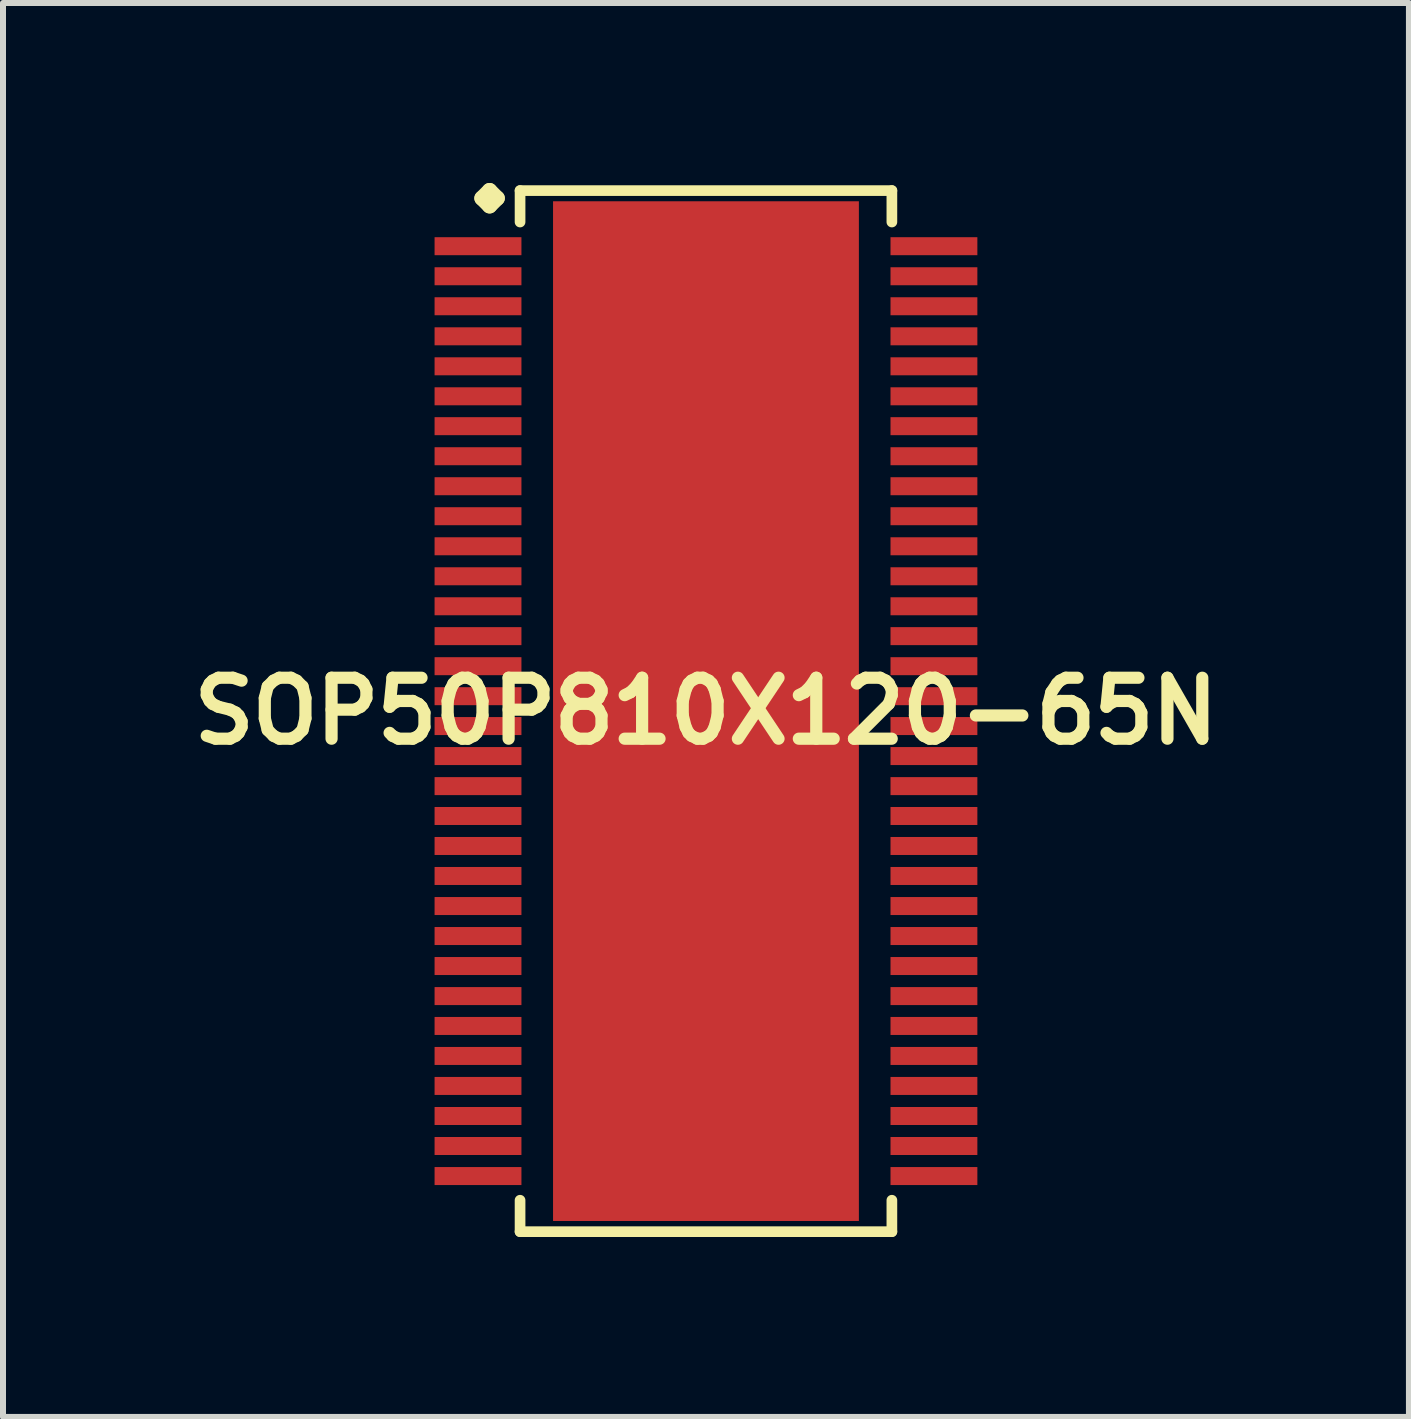
<source format=kicad_pcb>
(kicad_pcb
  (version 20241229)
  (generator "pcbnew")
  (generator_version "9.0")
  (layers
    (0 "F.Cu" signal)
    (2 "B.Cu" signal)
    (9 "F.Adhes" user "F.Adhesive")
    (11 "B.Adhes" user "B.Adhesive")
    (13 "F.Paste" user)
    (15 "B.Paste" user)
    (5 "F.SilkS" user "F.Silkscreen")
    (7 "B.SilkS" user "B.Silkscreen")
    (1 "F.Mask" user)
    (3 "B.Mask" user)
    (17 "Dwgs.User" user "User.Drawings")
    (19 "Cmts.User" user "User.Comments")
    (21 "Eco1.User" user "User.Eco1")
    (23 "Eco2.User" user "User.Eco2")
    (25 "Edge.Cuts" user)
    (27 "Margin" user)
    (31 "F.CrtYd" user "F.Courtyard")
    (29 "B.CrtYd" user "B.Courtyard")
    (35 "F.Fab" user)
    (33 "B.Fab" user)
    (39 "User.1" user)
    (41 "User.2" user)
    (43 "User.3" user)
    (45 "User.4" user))
  (footprint "SOP50P810X120-65N"
    (layer "F.Cu")
    (at 8.718 8.804)
    (property "Reference" "SOP50P810X120-65N" (at 0 0 0) (layer "F.SilkS") (effects (font (size 1.016 1.016) (thickness 0.203))))
    (attr smd)
    (fp_line (start -3.734 -8.55) (end -3.607 -8.677) (stroke (width 0.254) (type solid)) (layer "F.SilkS"))
    (fp_line (start -3.607 -8.677) (end -3.48 -8.55) (stroke (width 0.254) (type solid)) (layer "F.SilkS"))
    (fp_line (start -3.607 -8.423) (end -3.734 -8.55) (stroke (width 0.254) (type solid)) (layer "F.SilkS"))
    (fp_line (start -3.48 -8.55) (end -3.607 -8.423) (stroke (width 0.254) (type solid)) (layer "F.SilkS"))
    (fp_line (start -3.099 -8.677) (end 3.099 -8.677) (stroke (width 0.178) (type solid)) (layer "F.SilkS"))
    (fp_line (start -3.099 -8.153) (end -3.099 -8.677) (stroke (width 0.178) (type solid)) (layer "F.SilkS"))
    (fp_line (start -3.099 8.153) (end -3.099 8.677) (stroke (width 0.178) (type solid)) (layer "F.SilkS"))
    (fp_line (start -3.099 8.677) (end 3.099 8.677) (stroke (width 0.178) (type solid)) (layer "F.SilkS"))
    (fp_line (start 3.099 -8.677) (end 3.099 -8.153) (stroke (width 0.178) (type solid)) (layer "F.SilkS"))
    (fp_line (start 3.099 8.677) (end 3.099 8.153) (stroke (width 0.178) (type solid)) (layer "F.SilkS"))
    (pad "1" smd rect (at -3.8 -7.75) (size 1.448 0.3) (layers "F.Cu" "F.Mask" "F.Paste"))
    (pad "2" smd rect (at -3.8 -7.249) (size 1.448 0.3) (layers "F.Cu" "F.Mask" "F.Paste"))
    (pad "3" smd rect (at -3.8 -6.749) (size 1.448 0.3) (layers "F.Cu" "F.Mask" "F.Paste"))
    (pad "4" smd rect (at -3.8 -6.248) (size 1.448 0.3) (layers "F.Cu" "F.Mask" "F.Paste"))
    (pad "5" smd rect (at -3.8 -5.748) (size 1.448 0.3) (layers "F.Cu" "F.Mask" "F.Paste"))
    (pad "6" smd rect (at -3.8 -5.248) (size 1.448 0.3) (layers "F.Cu" "F.Mask" "F.Paste"))
    (pad "7" smd rect (at -3.8 -4.75) (size 1.448 0.3) (layers "F.Cu" "F.Mask" "F.Paste"))
    (pad "8" smd rect (at -3.8 -4.249) (size 1.448 0.3) (layers "F.Cu" "F.Mask" "F.Paste"))
    (pad "9" smd rect (at -3.8 -3.749) (size 1.448 0.3) (layers "F.Cu" "F.Mask" "F.Paste"))
    (pad "10" smd rect (at -3.8 -3.249) (size 1.448 0.3) (layers "F.Cu" "F.Mask" "F.Paste"))
    (pad "11" smd rect (at -3.8 -2.748) (size 1.448 0.3) (layers "F.Cu" "F.Mask" "F.Paste"))
    (pad "12" smd rect (at -3.8 -2.248) (size 1.448 0.3) (layers "F.Cu" "F.Mask" "F.Paste"))
    (pad "13" smd rect (at -3.8 -1.748) (size 1.448 0.3) (layers "F.Cu" "F.Mask" "F.Paste"))
    (pad "14" smd rect (at -3.8 -1.25) (size 1.448 0.3) (layers "F.Cu" "F.Mask" "F.Paste"))
    (pad "15" smd rect (at -3.8 -0.749) (size 1.448 0.3) (layers "F.Cu" "F.Mask" "F.Paste"))
    (pad "16" smd rect (at -3.8 -0.249) (size 1.448 0.3) (layers "F.Cu" "F.Mask" "F.Paste"))
    (pad "17" smd rect (at -3.8 0.249) (size 1.448 0.3) (layers "F.Cu" "F.Mask" "F.Paste"))
    (pad "18" smd rect (at -3.8 0.749) (size 1.448 0.3) (layers "F.Cu" "F.Mask" "F.Paste"))
    (pad "19" smd rect (at -3.8 1.25) (size 1.448 0.3) (layers "F.Cu" "F.Mask" "F.Paste"))
    (pad "20" smd rect (at -3.8 1.748) (size 1.448 0.3) (layers "F.Cu" "F.Mask" "F.Paste"))
    (pad "21" smd rect (at -3.8 2.248) (size 1.448 0.3) (layers "F.Cu" "F.Mask" "F.Paste"))
    (pad "22" smd rect (at -3.8 2.748) (size 1.448 0.3) (layers "F.Cu" "F.Mask" "F.Paste"))
    (pad "23" smd rect (at -3.8 3.249) (size 1.448 0.3) (layers "F.Cu" "F.Mask" "F.Paste"))
    (pad "24" smd rect (at -3.8 3.749) (size 1.448 0.3) (layers "F.Cu" "F.Mask" "F.Paste"))
    (pad "25" smd rect (at -3.8 4.249) (size 1.448 0.3) (layers "F.Cu" "F.Mask" "F.Paste"))
    (pad "26" smd rect (at -3.8 4.75) (size 1.448 0.3) (layers "F.Cu" "F.Mask" "F.Paste"))
    (pad "27" smd rect (at -3.8 5.248) (size 1.448 0.3) (layers "F.Cu" "F.Mask" "F.Paste"))
    (pad "28" smd rect (at -3.8 5.748) (size 1.448 0.3) (layers "F.Cu" "F.Mask" "F.Paste"))
    (pad "29" smd rect (at -3.8 6.248) (size 1.448 0.3) (layers "F.Cu" "F.Mask" "F.Paste"))
    (pad "30" smd rect (at -3.8 6.749) (size 1.448 0.3) (layers "F.Cu" "F.Mask" "F.Paste"))
    (pad "31" smd rect (at -3.8 7.249) (size 1.448 0.3) (layers "F.Cu" "F.Mask" "F.Paste"))
    (pad "32" smd rect (at -3.8 7.75) (size 1.448 0.3) (layers "F.Cu" "F.Mask" "F.Paste"))
    (pad "33" smd rect (at 3.8 7.75) (size 1.448 0.3) (layers "F.Cu" "F.Mask" "F.Paste"))
    (pad "34" smd rect (at 3.8 7.249) (size 1.448 0.3) (layers "F.Cu" "F.Mask" "F.Paste"))
    (pad "35" smd rect (at 3.8 6.749) (size 1.448 0.3) (layers "F.Cu" "F.Mask" "F.Paste"))
    (pad "36" smd rect (at 3.8 6.248) (size 1.448 0.3) (layers "F.Cu" "F.Mask" "F.Paste"))
    (pad "37" smd rect (at 3.8 5.748) (size 1.448 0.3) (layers "F.Cu" "F.Mask" "F.Paste"))
    (pad "38" smd rect (at 3.8 5.248) (size 1.448 0.3) (layers "F.Cu" "F.Mask" "F.Paste"))
    (pad "39" smd rect (at 3.8 4.75) (size 1.448 0.3) (layers "F.Cu" "F.Mask" "F.Paste"))
    (pad "40" smd rect (at 3.8 4.249) (size 1.448 0.3) (layers "F.Cu" "F.Mask" "F.Paste"))
    (pad "41" smd rect (at 3.8 3.749) (size 1.448 0.3) (layers "F.Cu" "F.Mask" "F.Paste"))
    (pad "42" smd rect (at 3.8 3.249) (size 1.448 0.3) (layers "F.Cu" "F.Mask" "F.Paste"))
    (pad "43" smd rect (at 3.8 2.748) (size 1.448 0.3) (layers "F.Cu" "F.Mask" "F.Paste"))
    (pad "44" smd rect (at 3.8 2.248) (size 1.448 0.3) (layers "F.Cu" "F.Mask" "F.Paste"))
    (pad "45" smd rect (at 3.8 1.748) (size 1.448 0.3) (layers "F.Cu" "F.Mask" "F.Paste"))
    (pad "46" smd rect (at 3.8 1.25) (size 1.448 0.3) (layers "F.Cu" "F.Mask" "F.Paste"))
    (pad "47" smd rect (at 3.8 0.749) (size 1.448 0.3) (layers "F.Cu" "F.Mask" "F.Paste"))
    (pad "48" smd rect (at 3.8 0.249) (size 1.448 0.3) (layers "F.Cu" "F.Mask" "F.Paste"))
    (pad "49" smd rect (at 3.8 -0.249) (size 1.448 0.3) (layers "F.Cu" "F.Mask" "F.Paste"))
    (pad "50" smd rect (at 3.8 -0.749) (size 1.448 0.3) (layers "F.Cu" "F.Mask" "F.Paste"))
    (pad "51" smd rect (at 3.8 -1.25) (size 1.448 0.3) (layers "F.Cu" "F.Mask" "F.Paste"))
    (pad "52" smd rect (at 3.8 -1.748) (size 1.448 0.3) (layers "F.Cu" "F.Mask" "F.Paste"))
    (pad "53" smd rect (at 3.8 -2.248) (size 1.448 0.3) (layers "F.Cu" "F.Mask" "F.Paste"))
    (pad "54" smd rect (at 3.8 -2.748) (size 1.448 0.3) (layers "F.Cu" "F.Mask" "F.Paste"))
    (pad "55" smd rect (at 3.8 -3.249) (size 1.448 0.3) (layers "F.Cu" "F.Mask" "F.Paste"))
    (pad "56" smd rect (at 3.8 -3.749) (size 1.448 0.3) (layers "F.Cu" "F.Mask" "F.Paste"))
    (pad "57" smd rect (at 3.8 -4.249) (size 1.448 0.3) (layers "F.Cu" "F.Mask" "F.Paste"))
    (pad "58" smd rect (at 3.8 -4.75) (size 1.448 0.3) (layers "F.Cu" "F.Mask" "F.Paste"))
    (pad "59" smd rect (at 3.8 -5.248) (size 1.448 0.3) (layers "F.Cu" "F.Mask" "F.Paste"))
    (pad "60" smd rect (at 3.8 -5.748) (size 1.448 0.3) (layers "F.Cu" "F.Mask" "F.Paste"))
    (pad "61" smd rect (at 3.8 -6.248) (size 1.448 0.3) (layers "F.Cu" "F.Mask" "F.Paste"))
    (pad "62" smd rect (at 3.8 -6.749) (size 1.448 0.3) (layers "F.Cu" "F.Mask" "F.Paste"))
    (pad "63" smd rect (at 3.8 -7.249) (size 1.448 0.3) (layers "F.Cu" "F.Mask" "F.Paste"))
    (pad "64" smd rect (at 3.8 -7.75) (size 1.448 0.3) (layers "F.Cu" "F.Mask" "F.Paste"))
    (pad "65" smd rect (at 0 0) (size 5.098 16.998) (layers "F.Cu" "F.Mask" "F.Paste")))
  (gr_rect
    (start -3 -3)
    (end 20.436 20.569)
    (stroke (width 0.1) (type default))
    (fill no)
    (layer "Edge.Cuts")))
</source>
